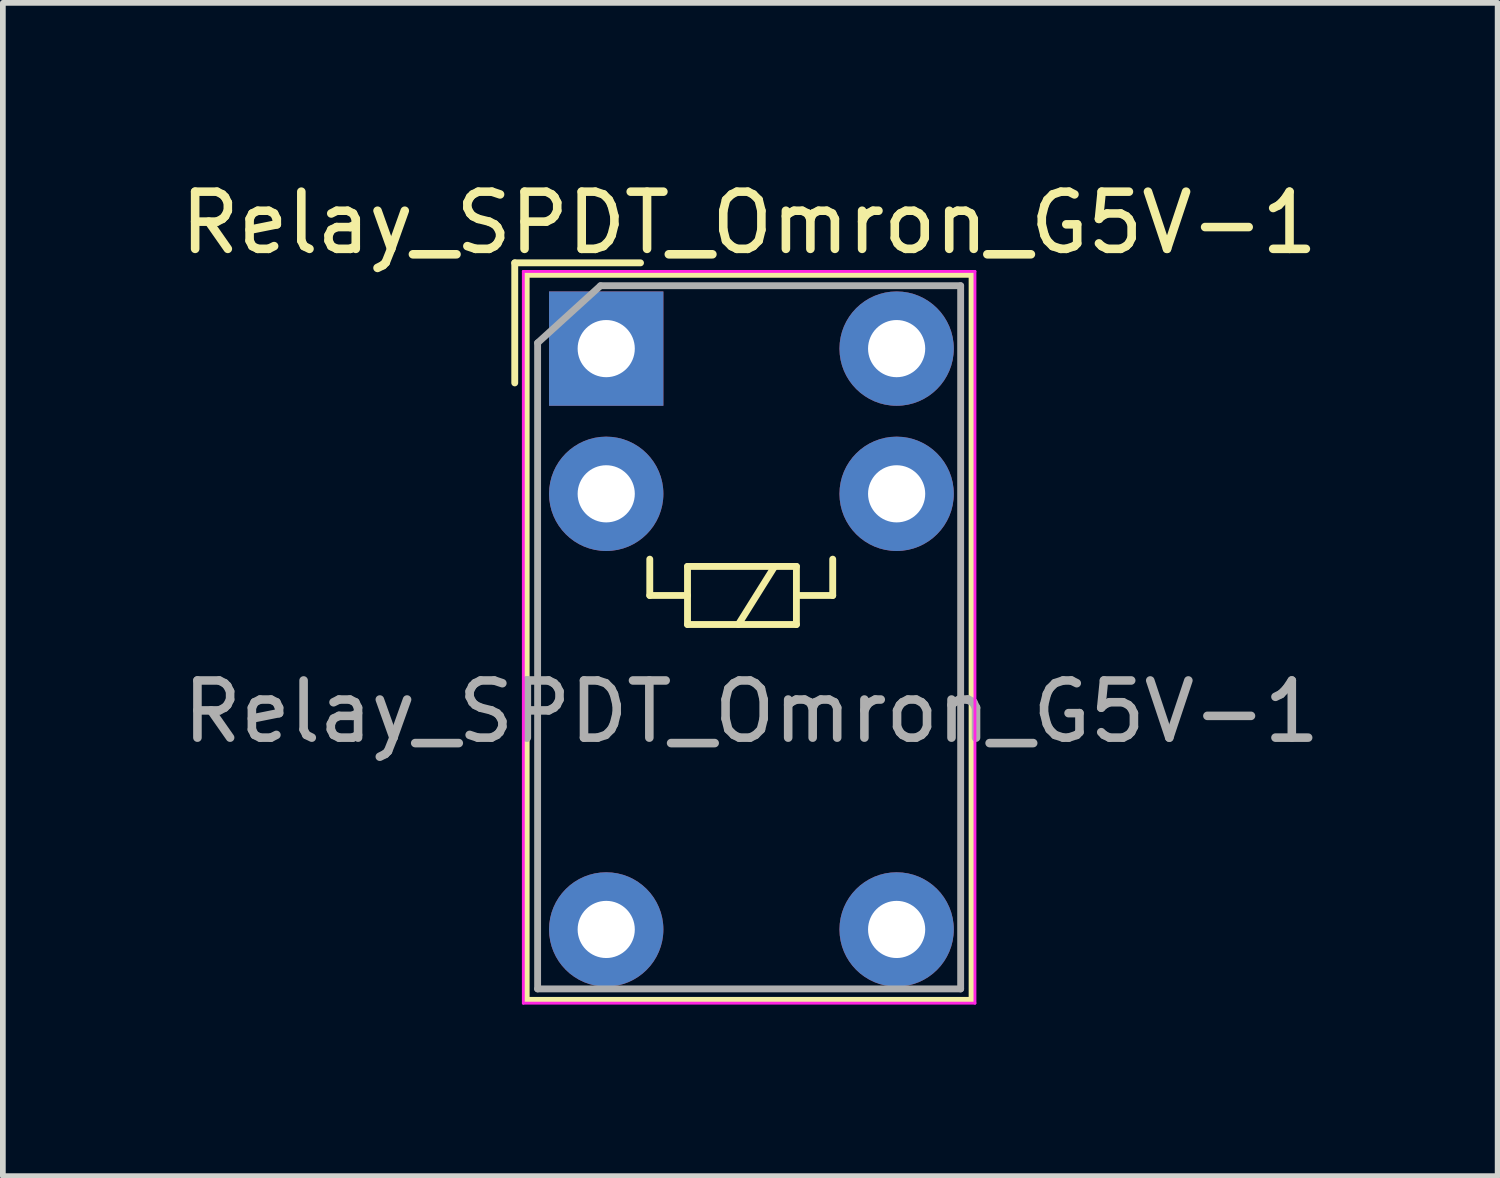
<source format=kicad_pcb>
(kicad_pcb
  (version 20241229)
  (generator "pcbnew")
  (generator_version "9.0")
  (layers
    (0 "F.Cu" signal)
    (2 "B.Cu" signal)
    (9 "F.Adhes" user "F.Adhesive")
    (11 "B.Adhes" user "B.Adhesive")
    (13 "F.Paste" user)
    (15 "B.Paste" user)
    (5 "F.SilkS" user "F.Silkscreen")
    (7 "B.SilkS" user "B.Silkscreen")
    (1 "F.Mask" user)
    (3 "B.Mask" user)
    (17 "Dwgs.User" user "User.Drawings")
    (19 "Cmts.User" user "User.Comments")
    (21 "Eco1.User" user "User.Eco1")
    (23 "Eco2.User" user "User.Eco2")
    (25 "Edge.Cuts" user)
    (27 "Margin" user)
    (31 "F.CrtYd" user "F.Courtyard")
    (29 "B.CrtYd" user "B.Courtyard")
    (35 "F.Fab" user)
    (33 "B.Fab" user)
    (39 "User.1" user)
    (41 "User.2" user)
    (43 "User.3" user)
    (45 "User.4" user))
  (footprint "Relay_SPDT_Omron_G5V-1"
    (layer "F.Cu")
    (at 7.554 3.048)
    (property "Reference" "Relay_SPDT_Omron_G5V-1" (at 2.5 -2.2 0) (layer "F.SilkS") (effects (font (size 1 1) (thickness 0.15))))
    (attr through_hole)
    (fp_line (start -1.6 -1.5) (end 0.6 -1.5) (stroke (width 0.12) (type solid)) (layer "F.SilkS"))
    (fp_line (start -1.6 0.6) (end -1.6 -1.5) (stroke (width 0.12) (type solid)) (layer "F.SilkS"))
    (fp_line (start -1.4 -1.3) (end 6.4 -1.3) (stroke (width 0.12) (type solid)) (layer "F.SilkS"))
    (fp_line (start -1.4 11.4) (end -1.4 -1.3) (stroke (width 0.12) (type solid)) (layer "F.SilkS"))
    (fp_line (start 0.762 3.683) (end 0.762 4.318) (stroke (width 0.12) (type solid)) (layer "F.SilkS"))
    (fp_line (start 0.762 4.318) (end 1.422 4.318) (stroke (width 0.12) (type solid)) (layer "F.SilkS"))
    (fp_line (start 1.422 3.81) (end 1.422 4.826) (stroke (width 0.12) (type solid)) (layer "F.SilkS"))
    (fp_line (start 1.422 4.826) (end 3.327 4.826) (stroke (width 0.12) (type solid)) (layer "F.SilkS"))
    (fp_line (start 2.946 3.81) (end 2.311 4.826) (stroke (width 0.12) (type solid)) (layer "F.SilkS"))
    (fp_line (start 3.327 3.81) (end 1.422 3.81) (stroke (width 0.12) (type solid)) (layer "F.SilkS"))
    (fp_line (start 3.327 3.81) (end 3.327 4.826) (stroke (width 0.12) (type solid)) (layer "F.SilkS"))
    (fp_line (start 3.962 3.683) (end 3.962 4.318) (stroke (width 0.12) (type solid)) (layer "F.SilkS"))
    (fp_line (start 3.962 4.318) (end 3.327 4.318) (stroke (width 0.12) (type solid)) (layer "F.SilkS"))
    (fp_line (start 6.4 -1.3) (end 6.4 11.4) (stroke (width 0.12) (type solid)) (layer "F.SilkS"))
    (fp_line (start 6.4 11.4) (end -1.4 11.4) (stroke (width 0.12) (type solid)) (layer "F.SilkS"))
    (fp_line (start -1.45 -1.35) (end -1.45 11.45) (stroke (width 0.05) (type solid)) (layer "F.CrtYd"))
    (fp_line (start -1.45 -1.35) (end 6.45 -1.35) (stroke (width 0.05) (type solid)) (layer "F.CrtYd"))
    (fp_line (start 6.45 11.45) (end -1.45 11.45) (stroke (width 0.05) (type solid)) (layer "F.CrtYd"))
    (fp_line (start 6.45 11.45) (end 6.45 -1.35) (stroke (width 0.05) (type solid)) (layer "F.CrtYd"))
    (fp_line (start -1.2 -0.1) (end -0.1 -1.1) (stroke (width 0.12) (type solid)) (layer "F.Fab"))
    (fp_line (start -1.2 11.2) (end -1.2 -0.1) (stroke (width 0.12) (type solid)) (layer "F.Fab"))
    (fp_line (start -0.1 -1.1) (end 6.2 -1.1) (stroke (width 0.12) (type solid)) (layer "F.Fab"))
    (fp_line (start 6.2 -1.1) (end 6.2 11.2) (stroke (width 0.12) (type solid)) (layer "F.Fab"))
    (fp_line (start 6.2 11.2) (end -1.2 11.2) (stroke (width 0.12) (type solid)) (layer "F.Fab"))
    (fp_text user "${REFERENCE}" (at 2.54 6.35 0) (layer "F.Fab") (effects (font (size 1 1) (thickness 0.15))))
    (pad "1" thru_hole rect (at 0 0) (size 2 2) (drill 1) (layers "*.Cu" "*.Mask"))
    (pad "2" thru_hole circle (at 0 2.54) (size 2 2) (drill 1) (layers "*.Cu" "*.Mask"))
    (pad "5" thru_hole circle (at 0 10.16) (size 2 2) (drill 1) (layers "*.Cu" "*.Mask"))
    (pad "6" thru_hole circle (at 5.08 10.16) (size 2 2) (drill 1) (layers "*.Cu" "*.Mask"))
    (pad "9" thru_hole circle (at 5.08 2.54) (size 2 2) (drill 1) (layers "*.Cu" "*.Mask"))
    (pad "10" thru_hole circle (at 5.08 0) (size 2 2) (drill 1) (layers "*.Cu" "*.Mask")))
  (gr_rect
    (start -3 -3)
    (end 23.147 17.523)
    (stroke (width 0.1) (type default))
    (fill no)
    (layer "Edge.Cuts")))
</source>
